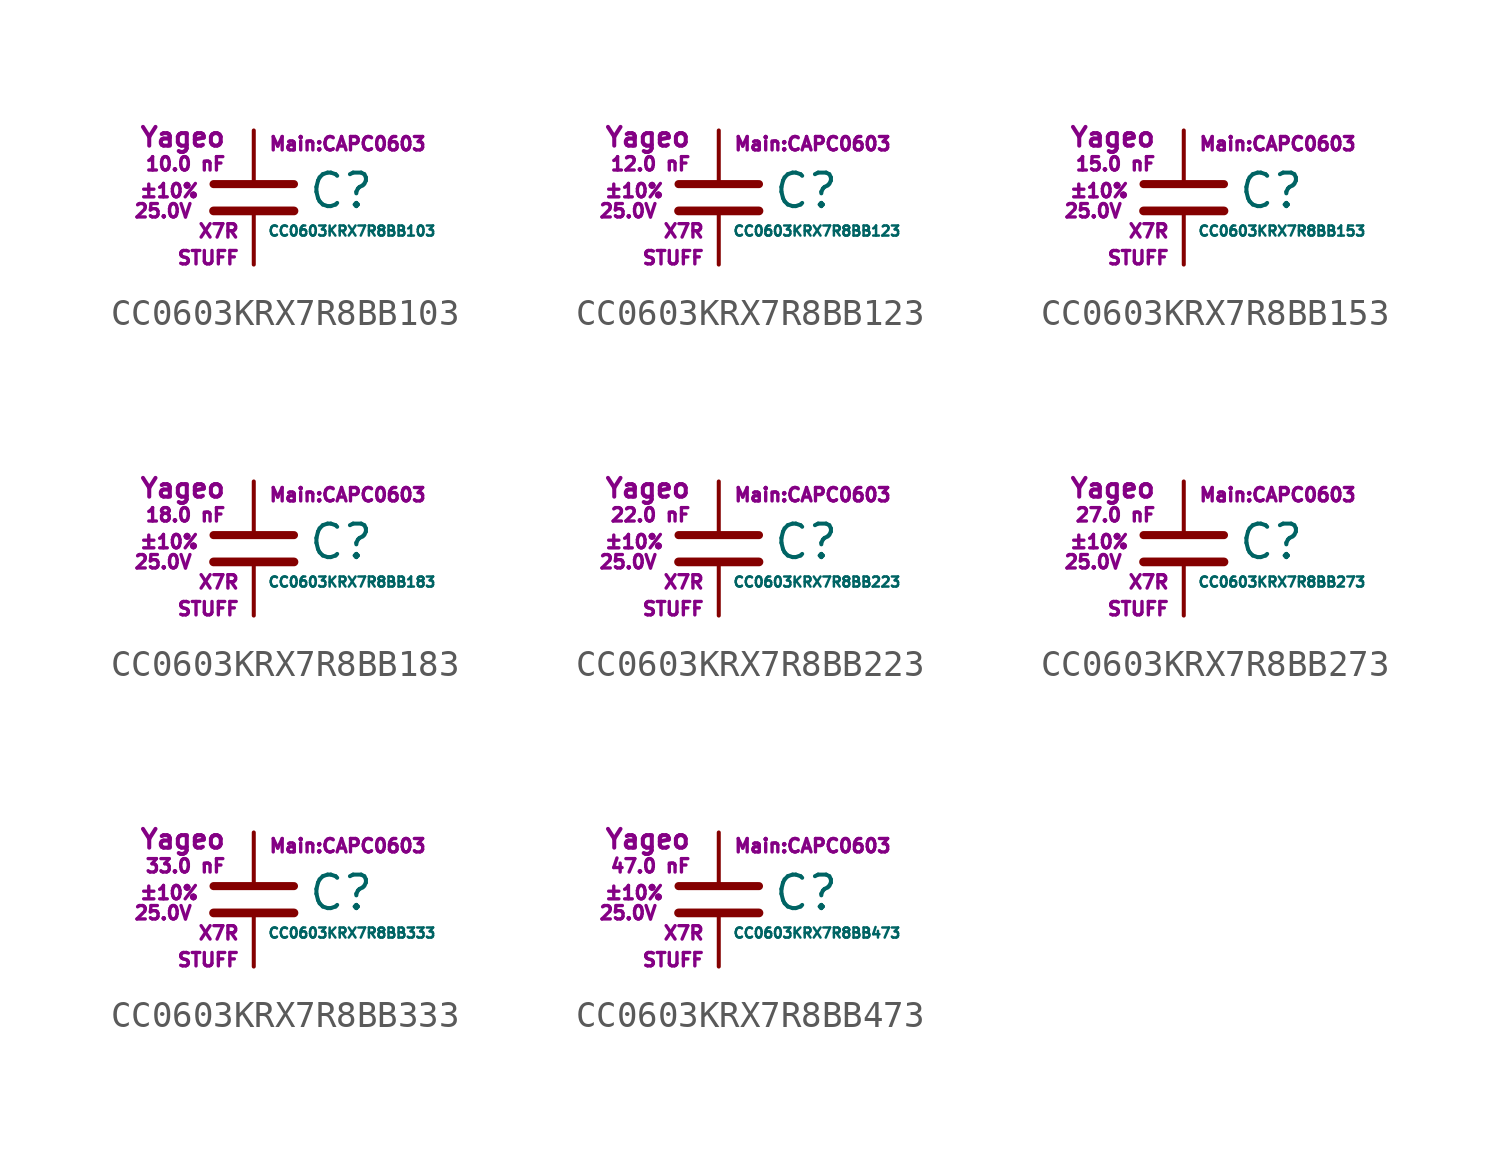
<source format=kicad_sym>
(kicad_symbol_lib
  (version 20211014)
  (generator kicad_symbol_editor)
  (symbol "CC0603KRX7R8BB103"
    (pin_numbers hide)
    (pin_names
      (offset 0.254) hide)
    (property "Reference" "C"
      (at 2.032 0.254 0)
      (effects (font (size 1.27 1.27)) (justify left)))
    (property "Value" "CC0603KRX7R8BB103"
      (at 0.508 -1.27 0)
      (effects (font (size 0.381 0.381)) (justify left)))
    (property "Footprint" "Main:CAPC0603"
      (at 3.556 2.032 0)
      (effects (font (size 0.508 0.508))))
    (property "Datasheet" ""
      (at 0.762 0.508 0)
      (effects (font (size 1.27 1.27))))
    (property "Manufacturer" "Yageo"
      (at -1.016 2.286 0)
      (effects (font (size 0.711 0.711)) (justify right)))
    (property "SKU" "STUFF"
      (at -0.508 -2.286 0)
      (effects (font (size 0.508 0.508)) (justify right)))
    (property "C" "10.0 nF"
      (at -1.016 1.27 0)
      (effects (font (size 0.508 0.508)) (justify right)))
    (property "Tol" "±10%"
      (at -2.032 0.254 0)
      (effects (font (size 0.508 0.508)) (justify right)))
    (property "Vmax" "25.0V"
      (at -2.286 -0.508 0)
      (effects (font (size 0.508 0.508)) (justify right)))
    (property "Type" "X7R"
      (at -0.508 -1.27 0)
      (effects (font (size 0.508 0.508)) (justify right)))
    (symbol "CC0603KRX7R8BB103_0_1"
      (polyline (pts (xy -1.524 -0.508) (xy 1.524 -0.508)) (stroke (width 0.33) (type default) (color 0 0 0 0)) (fill (type none)))
      (polyline (pts (xy -1.524 0.508) (xy 1.524 0.508)) (stroke (width 0.305) (type default) (color 0 0 0 0)) (fill (type none))))
    (symbol "CC0603KRX7R8BB103_1_1"
      (pin passive line (at 0 2.54 270) (length 1.905) (name "~" (effects (font (size 1.016 1.016)))) (number "1" (effects (font (size 1.016 1.016)))))
      (pin passive line (at 0 -2.54 90) (length 2.032) (name "~" (effects (font (size 1.016 1.016)))) (number "2" (effects (font (size 1.016 1.016)))))))
  (symbol "CC0603KRX7R8BB123"
    (pin_numbers hide)
    (pin_names
      (offset 0.254) hide)
    (property "Reference" "C"
      (at 2.032 0.254 0)
      (effects (font (size 1.27 1.27)) (justify left)))
    (property "Value" "CC0603KRX7R8BB123"
      (at 0.508 -1.27 0)
      (effects (font (size 0.381 0.381)) (justify left)))
    (property "Footprint" "Main:CAPC0603"
      (at 3.556 2.032 0)
      (effects (font (size 0.508 0.508))))
    (property "Datasheet" ""
      (at 0.762 0.508 0)
      (effects (font (size 1.27 1.27))))
    (property "Manufacturer" "Yageo"
      (at -1.016 2.286 0)
      (effects (font (size 0.711 0.711)) (justify right)))
    (property "SKU" "STUFF"
      (at -0.508 -2.286 0)
      (effects (font (size 0.508 0.508)) (justify right)))
    (property "C" "12.0 nF"
      (at -1.016 1.27 0)
      (effects (font (size 0.508 0.508)) (justify right)))
    (property "Tol" "±10%"
      (at -2.032 0.254 0)
      (effects (font (size 0.508 0.508)) (justify right)))
    (property "Vmax" "25.0V"
      (at -2.286 -0.508 0)
      (effects (font (size 0.508 0.508)) (justify right)))
    (property "Type" "X7R"
      (at -0.508 -1.27 0)
      (effects (font (size 0.508 0.508)) (justify right)))
    (symbol "CC0603KRX7R8BB123_0_1"
      (polyline (pts (xy -1.524 -0.508) (xy 1.524 -0.508)) (stroke (width 0.33) (type default) (color 0 0 0 0)) (fill (type none)))
      (polyline (pts (xy -1.524 0.508) (xy 1.524 0.508)) (stroke (width 0.305) (type default) (color 0 0 0 0)) (fill (type none))))
    (symbol "CC0603KRX7R8BB123_1_1"
      (pin passive line (at 0 2.54 270) (length 1.905) (name "~" (effects (font (size 1.016 1.016)))) (number "1" (effects (font (size 1.016 1.016)))))
      (pin passive line (at 0 -2.54 90) (length 2.032) (name "~" (effects (font (size 1.016 1.016)))) (number "2" (effects (font (size 1.016 1.016)))))))
  (symbol "CC0603KRX7R8BB153"
    (pin_numbers hide)
    (pin_names
      (offset 0.254) hide)
    (property "Reference" "C"
      (at 2.032 0.254 0)
      (effects (font (size 1.27 1.27)) (justify left)))
    (property "Value" "CC0603KRX7R8BB153"
      (at 0.508 -1.27 0)
      (effects (font (size 0.381 0.381)) (justify left)))
    (property "Footprint" "Main:CAPC0603"
      (at 3.556 2.032 0)
      (effects (font (size 0.508 0.508))))
    (property "Datasheet" ""
      (at 0.762 0.508 0)
      (effects (font (size 1.27 1.27))))
    (property "Manufacturer" "Yageo"
      (at -1.016 2.286 0)
      (effects (font (size 0.711 0.711)) (justify right)))
    (property "SKU" "STUFF"
      (at -0.508 -2.286 0)
      (effects (font (size 0.508 0.508)) (justify right)))
    (property "C" "15.0 nF"
      (at -1.016 1.27 0)
      (effects (font (size 0.508 0.508)) (justify right)))
    (property "Tol" "±10%"
      (at -2.032 0.254 0)
      (effects (font (size 0.508 0.508)) (justify right)))
    (property "Vmax" "25.0V"
      (at -2.286 -0.508 0)
      (effects (font (size 0.508 0.508)) (justify right)))
    (property "Type" "X7R"
      (at -0.508 -1.27 0)
      (effects (font (size 0.508 0.508)) (justify right)))
    (symbol "CC0603KRX7R8BB153_0_1"
      (polyline (pts (xy -1.524 -0.508) (xy 1.524 -0.508)) (stroke (width 0.33) (type default) (color 0 0 0 0)) (fill (type none)))
      (polyline (pts (xy -1.524 0.508) (xy 1.524 0.508)) (stroke (width 0.305) (type default) (color 0 0 0 0)) (fill (type none))))
    (symbol "CC0603KRX7R8BB153_1_1"
      (pin passive line (at 0 2.54 270) (length 1.905) (name "~" (effects (font (size 1.016 1.016)))) (number "1" (effects (font (size 1.016 1.016)))))
      (pin passive line (at 0 -2.54 90) (length 2.032) (name "~" (effects (font (size 1.016 1.016)))) (number "2" (effects (font (size 1.016 1.016)))))))
  (symbol "CC0603KRX7R8BB183"
    (pin_numbers hide)
    (pin_names
      (offset 0.254) hide)
    (property "Reference" "C"
      (at 2.032 0.254 0)
      (effects (font (size 1.27 1.27)) (justify left)))
    (property "Value" "CC0603KRX7R8BB183"
      (at 0.508 -1.27 0)
      (effects (font (size 0.381 0.381)) (justify left)))
    (property "Footprint" "Main:CAPC0603"
      (at 3.556 2.032 0)
      (effects (font (size 0.508 0.508))))
    (property "Datasheet" ""
      (at 0.762 0.508 0)
      (effects (font (size 1.27 1.27))))
    (property "Manufacturer" "Yageo"
      (at -1.016 2.286 0)
      (effects (font (size 0.711 0.711)) (justify right)))
    (property "SKU" "STUFF"
      (at -0.508 -2.286 0)
      (effects (font (size 0.508 0.508)) (justify right)))
    (property "C" "18.0 nF"
      (at -1.016 1.27 0)
      (effects (font (size 0.508 0.508)) (justify right)))
    (property "Tol" "±10%"
      (at -2.032 0.254 0)
      (effects (font (size 0.508 0.508)) (justify right)))
    (property "Vmax" "25.0V"
      (at -2.286 -0.508 0)
      (effects (font (size 0.508 0.508)) (justify right)))
    (property "Type" "X7R"
      (at -0.508 -1.27 0)
      (effects (font (size 0.508 0.508)) (justify right)))
    (symbol "CC0603KRX7R8BB183_0_1"
      (polyline (pts (xy -1.524 -0.508) (xy 1.524 -0.508)) (stroke (width 0.33) (type default) (color 0 0 0 0)) (fill (type none)))
      (polyline (pts (xy -1.524 0.508) (xy 1.524 0.508)) (stroke (width 0.305) (type default) (color 0 0 0 0)) (fill (type none))))
    (symbol "CC0603KRX7R8BB183_1_1"
      (pin passive line (at 0 2.54 270) (length 1.905) (name "~" (effects (font (size 1.016 1.016)))) (number "1" (effects (font (size 1.016 1.016)))))
      (pin passive line (at 0 -2.54 90) (length 2.032) (name "~" (effects (font (size 1.016 1.016)))) (number "2" (effects (font (size 1.016 1.016)))))))
  (symbol "CC0603KRX7R8BB223"
    (pin_numbers hide)
    (pin_names
      (offset 0.254) hide)
    (property "Reference" "C"
      (at 2.032 0.254 0)
      (effects (font (size 1.27 1.27)) (justify left)))
    (property "Value" "CC0603KRX7R8BB223"
      (at 0.508 -1.27 0)
      (effects (font (size 0.381 0.381)) (justify left)))
    (property "Footprint" "Main:CAPC0603"
      (at 3.556 2.032 0)
      (effects (font (size 0.508 0.508))))
    (property "Datasheet" ""
      (at 0.762 0.508 0)
      (effects (font (size 1.27 1.27))))
    (property "Manufacturer" "Yageo"
      (at -1.016 2.286 0)
      (effects (font (size 0.711 0.711)) (justify right)))
    (property "SKU" "STUFF"
      (at -0.508 -2.286 0)
      (effects (font (size 0.508 0.508)) (justify right)))
    (property "C" "22.0 nF"
      (at -1.016 1.27 0)
      (effects (font (size 0.508 0.508)) (justify right)))
    (property "Tol" "±10%"
      (at -2.032 0.254 0)
      (effects (font (size 0.508 0.508)) (justify right)))
    (property "Vmax" "25.0V"
      (at -2.286 -0.508 0)
      (effects (font (size 0.508 0.508)) (justify right)))
    (property "Type" "X7R"
      (at -0.508 -1.27 0)
      (effects (font (size 0.508 0.508)) (justify right)))
    (symbol "CC0603KRX7R8BB223_0_1"
      (polyline (pts (xy -1.524 -0.508) (xy 1.524 -0.508)) (stroke (width 0.33) (type default) (color 0 0 0 0)) (fill (type none)))
      (polyline (pts (xy -1.524 0.508) (xy 1.524 0.508)) (stroke (width 0.305) (type default) (color 0 0 0 0)) (fill (type none))))
    (symbol "CC0603KRX7R8BB223_1_1"
      (pin passive line (at 0 2.54 270) (length 1.905) (name "~" (effects (font (size 1.016 1.016)))) (number "1" (effects (font (size 1.016 1.016)))))
      (pin passive line (at 0 -2.54 90) (length 2.032) (name "~" (effects (font (size 1.016 1.016)))) (number "2" (effects (font (size 1.016 1.016)))))))
  (symbol "CC0603KRX7R8BB273"
    (pin_numbers hide)
    (pin_names
      (offset 0.254) hide)
    (property "Reference" "C"
      (at 2.032 0.254 0)
      (effects (font (size 1.27 1.27)) (justify left)))
    (property "Value" "CC0603KRX7R8BB273"
      (at 0.508 -1.27 0)
      (effects (font (size 0.381 0.381)) (justify left)))
    (property "Footprint" "Main:CAPC0603"
      (at 3.556 2.032 0)
      (effects (font (size 0.508 0.508))))
    (property "Datasheet" ""
      (at 0.762 0.508 0)
      (effects (font (size 1.27 1.27))))
    (property "Manufacturer" "Yageo"
      (at -1.016 2.286 0)
      (effects (font (size 0.711 0.711)) (justify right)))
    (property "SKU" "STUFF"
      (at -0.508 -2.286 0)
      (effects (font (size 0.508 0.508)) (justify right)))
    (property "C" "27.0 nF"
      (at -1.016 1.27 0)
      (effects (font (size 0.508 0.508)) (justify right)))
    (property "Tol" "±10%"
      (at -2.032 0.254 0)
      (effects (font (size 0.508 0.508)) (justify right)))
    (property "Vmax" "25.0V"
      (at -2.286 -0.508 0)
      (effects (font (size 0.508 0.508)) (justify right)))
    (property "Type" "X7R"
      (at -0.508 -1.27 0)
      (effects (font (size 0.508 0.508)) (justify right)))
    (symbol "CC0603KRX7R8BB273_0_1"
      (polyline (pts (xy -1.524 -0.508) (xy 1.524 -0.508)) (stroke (width 0.33) (type default) (color 0 0 0 0)) (fill (type none)))
      (polyline (pts (xy -1.524 0.508) (xy 1.524 0.508)) (stroke (width 0.305) (type default) (color 0 0 0 0)) (fill (type none))))
    (symbol "CC0603KRX7R8BB273_1_1"
      (pin passive line (at 0 2.54 270) (length 1.905) (name "~" (effects (font (size 1.016 1.016)))) (number "1" (effects (font (size 1.016 1.016)))))
      (pin passive line (at 0 -2.54 90) (length 2.032) (name "~" (effects (font (size 1.016 1.016)))) (number "2" (effects (font (size 1.016 1.016)))))))
  (symbol "CC0603KRX7R8BB333"
    (pin_numbers hide)
    (pin_names
      (offset 0.254) hide)
    (property "Reference" "C"
      (at 2.032 0.254 0)
      (effects (font (size 1.27 1.27)) (justify left)))
    (property "Value" "CC0603KRX7R8BB333"
      (at 0.508 -1.27 0)
      (effects (font (size 0.381 0.381)) (justify left)))
    (property "Footprint" "Main:CAPC0603"
      (at 3.556 2.032 0)
      (effects (font (size 0.508 0.508))))
    (property "Datasheet" ""
      (at 0.762 0.508 0)
      (effects (font (size 1.27 1.27))))
    (property "Manufacturer" "Yageo"
      (at -1.016 2.286 0)
      (effects (font (size 0.711 0.711)) (justify right)))
    (property "SKU" "STUFF"
      (at -0.508 -2.286 0)
      (effects (font (size 0.508 0.508)) (justify right)))
    (property "C" "33.0 nF"
      (at -1.016 1.27 0)
      (effects (font (size 0.508 0.508)) (justify right)))
    (property "Tol" "±10%"
      (at -2.032 0.254 0)
      (effects (font (size 0.508 0.508)) (justify right)))
    (property "Vmax" "25.0V"
      (at -2.286 -0.508 0)
      (effects (font (size 0.508 0.508)) (justify right)))
    (property "Type" "X7R"
      (at -0.508 -1.27 0)
      (effects (font (size 0.508 0.508)) (justify right)))
    (symbol "CC0603KRX7R8BB333_0_1"
      (polyline (pts (xy -1.524 -0.508) (xy 1.524 -0.508)) (stroke (width 0.33) (type default) (color 0 0 0 0)) (fill (type none)))
      (polyline (pts (xy -1.524 0.508) (xy 1.524 0.508)) (stroke (width 0.305) (type default) (color 0 0 0 0)) (fill (type none))))
    (symbol "CC0603KRX7R8BB333_1_1"
      (pin passive line (at 0 2.54 270) (length 1.905) (name "~" (effects (font (size 1.016 1.016)))) (number "1" (effects (font (size 1.016 1.016)))))
      (pin passive line (at 0 -2.54 90) (length 2.032) (name "~" (effects (font (size 1.016 1.016)))) (number "2" (effects (font (size 1.016 1.016)))))))
  (symbol "CC0603KRX7R8BB473"
    (pin_numbers hide)
    (pin_names
      (offset 0.254) hide)
    (property "Reference" "C"
      (at 2.032 0.254 0)
      (effects (font (size 1.27 1.27)) (justify left)))
    (property "Value" "CC0603KRX7R8BB473"
      (at 0.508 -1.27 0)
      (effects (font (size 0.381 0.381)) (justify left)))
    (property "Footprint" "Main:CAPC0603"
      (at 3.556 2.032 0)
      (effects (font (size 0.508 0.508))))
    (property "Datasheet" ""
      (at 0.762 0.508 0)
      (effects (font (size 1.27 1.27))))
    (property "Manufacturer" "Yageo"
      (at -1.016 2.286 0)
      (effects (font (size 0.711 0.711)) (justify right)))
    (property "SKU" "STUFF"
      (at -0.508 -2.286 0)
      (effects (font (size 0.508 0.508)) (justify right)))
    (property "C" "47.0 nF"
      (at -1.016 1.27 0)
      (effects (font (size 0.508 0.508)) (justify right)))
    (property "Tol" "±10%"
      (at -2.032 0.254 0)
      (effects (font (size 0.508 0.508)) (justify right)))
    (property "Vmax" "25.0V"
      (at -2.286 -0.508 0)
      (effects (font (size 0.508 0.508)) (justify right)))
    (property "Type" "X7R"
      (at -0.508 -1.27 0)
      (effects (font (size 0.508 0.508)) (justify right)))
    (symbol "CC0603KRX7R8BB473_0_1"
      (polyline (pts (xy -1.524 -0.508) (xy 1.524 -0.508)) (stroke (width 0.33) (type default) (color 0 0 0 0)) (fill (type none)))
      (polyline (pts (xy -1.524 0.508) (xy 1.524 0.508)) (stroke (width 0.305) (type default) (color 0 0 0 0)) (fill (type none))))
    (symbol "CC0603KRX7R8BB473_1_1"
      (pin passive line (at 0 2.54 270) (length 1.905) (name "~" (effects (font (size 1.016 1.016)))) (number "1" (effects (font (size 1.016 1.016)))))
      (pin passive line (at 0 -2.54 90) (length 2.032) (name "~" (effects (font (size 1.016 1.016)))) (number "2" (effects (font (size 1.016 1.016))))))))
</source>
